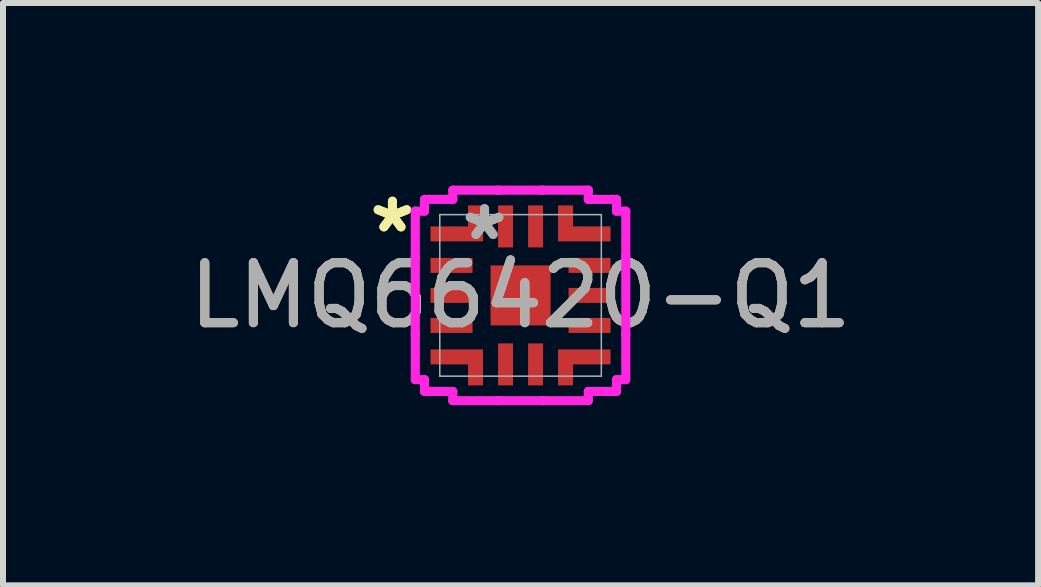
<source format=kicad_pcb>
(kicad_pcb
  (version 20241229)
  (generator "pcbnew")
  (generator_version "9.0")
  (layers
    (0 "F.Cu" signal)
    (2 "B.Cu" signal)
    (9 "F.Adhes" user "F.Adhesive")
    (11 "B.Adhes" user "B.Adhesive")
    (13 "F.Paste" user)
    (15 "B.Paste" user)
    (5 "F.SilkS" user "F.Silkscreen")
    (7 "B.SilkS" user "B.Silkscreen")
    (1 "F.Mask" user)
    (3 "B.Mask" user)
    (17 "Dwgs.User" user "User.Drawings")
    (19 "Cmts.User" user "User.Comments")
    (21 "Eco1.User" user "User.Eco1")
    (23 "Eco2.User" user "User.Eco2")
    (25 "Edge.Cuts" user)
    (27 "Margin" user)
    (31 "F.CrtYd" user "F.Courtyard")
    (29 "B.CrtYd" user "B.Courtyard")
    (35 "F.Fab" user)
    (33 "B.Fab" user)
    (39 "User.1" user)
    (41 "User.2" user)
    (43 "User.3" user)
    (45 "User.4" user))
  (footprint "LMQ66420-Q1"
    (layer "F.Cu")
    (at 5.625 1.873)
    (property "Reference" "LMQ66420-Q1" (at 0 0 0) (unlocked yes) (layer "F.SilkS") (effects (font (size 1 1) (thickness 0.15))))
    (attr smd)
    (fp_poly (pts (xy -1.5 -0.9) (xy -1.5 -1.15) (xy -0.875 -1.15) (xy -0.875 -1.5) (xy -0.625 -1.5) (xy -0.625 -0.9)) (stroke (width 0) (type solid)) (fill yes) (layer "F.Cu"))
    (fp_poly (pts (xy -1.5 0.9) (xy -1.5 1.15) (xy -0.875 1.15) (xy -0.875 1.5) (xy -0.625 1.5) (xy -0.625 0.9)) (stroke (width 0) (type solid)) (fill yes) (layer "F.Cu"))
    (fp_poly (pts (xy 1.5 -0.9) (xy 1.5 -1.15) (xy 0.875 -1.15) (xy 0.875 -1.5) (xy 0.625 -1.5) (xy 0.625 -0.9)) (stroke (width 0) (type solid)) (fill yes) (layer "F.Cu"))
    (fp_poly (pts (xy 1.5 0.9) (xy 1.5 1.15) (xy 0.875 1.15) (xy 0.875 1.5) (xy 0.625 1.5) (xy 0.625 0.9)) (stroke (width 0) (type solid)) (fill yes) (layer "F.Cu"))
    (fp_line (start -1.754 -1.404) (end -1.754 -0.646) (stroke (width 0.152) (type solid)) (layer "F.CrtYd"))
    (fp_line (start -1.754 -0.646) (end -1.754 -0.646) (stroke (width 0.152) (type solid)) (layer "F.CrtYd"))
    (fp_line (start -1.754 -0.646) (end -1.754 0.646) (stroke (width 0.152) (type solid)) (layer "F.CrtYd"))
    (fp_line (start -1.754 0.646) (end -1.754 0.646) (stroke (width 0.152) (type solid)) (layer "F.CrtYd"))
    (fp_line (start -1.754 0.646) (end -1.754 1.404) (stroke (width 0.152) (type solid)) (layer "F.CrtYd"))
    (fp_line (start -1.754 1.404) (end -1.6 1.404) (stroke (width 0.152) (type solid)) (layer "F.CrtYd"))
    (fp_line (start -1.6 -1.6) (end -1.6 -1.404) (stroke (width 0.152) (type solid)) (layer "F.CrtYd"))
    (fp_line (start -1.6 -1.404) (end -1.754 -1.404) (stroke (width 0.152) (type solid)) (layer "F.CrtYd"))
    (fp_line (start -1.6 1.404) (end -1.6 1.6) (stroke (width 0.152) (type solid)) (layer "F.CrtYd"))
    (fp_line (start -1.6 1.6) (end -1.129 1.6) (stroke (width 0.152) (type solid)) (layer "F.CrtYd"))
    (fp_line (start -1.129 -1.754) (end -1.129 -1.6) (stroke (width 0.152) (type solid)) (layer "F.CrtYd"))
    (fp_line (start -1.129 -1.6) (end -1.6 -1.6) (stroke (width 0.152) (type solid)) (layer "F.CrtYd"))
    (fp_line (start -1.129 1.6) (end -1.129 1.754) (stroke (width 0.152) (type solid)) (layer "F.CrtYd"))
    (fp_line (start -1.129 1.754) (end -0.371 1.754) (stroke (width 0.152) (type solid)) (layer "F.CrtYd"))
    (fp_line (start -0.371 -1.754) (end -1.129 -1.754) (stroke (width 0.152) (type solid)) (layer "F.CrtYd"))
    (fp_line (start -0.371 -1.754) (end -0.371 -1.754) (stroke (width 0.152) (type solid)) (layer "F.CrtYd"))
    (fp_line (start -0.371 1.754) (end -0.371 1.754) (stroke (width 0.152) (type solid)) (layer "F.CrtYd"))
    (fp_line (start -0.371 1.754) (end 0.371 1.754) (stroke (width 0.152) (type solid)) (layer "F.CrtYd"))
    (fp_line (start 0.371 -1.754) (end -0.371 -1.754) (stroke (width 0.152) (type solid)) (layer "F.CrtYd"))
    (fp_line (start 0.371 -1.754) (end 0.371 -1.754) (stroke (width 0.152) (type solid)) (layer "F.CrtYd"))
    (fp_line (start 0.371 1.754) (end 0.371 1.754) (stroke (width 0.152) (type solid)) (layer "F.CrtYd"))
    (fp_line (start 0.371 1.754) (end 1.129 1.754) (stroke (width 0.152) (type solid)) (layer "F.CrtYd"))
    (fp_line (start 1.129 -1.754) (end 0.371 -1.754) (stroke (width 0.152) (type solid)) (layer "F.CrtYd"))
    (fp_line (start 1.129 -1.6) (end 1.129 -1.754) (stroke (width 0.152) (type solid)) (layer "F.CrtYd"))
    (fp_line (start 1.129 1.6) (end 1.6 1.6) (stroke (width 0.152) (type solid)) (layer "F.CrtYd"))
    (fp_line (start 1.129 1.754) (end 1.129 1.6) (stroke (width 0.152) (type solid)) (layer "F.CrtYd"))
    (fp_line (start 1.6 -1.6) (end 1.129 -1.6) (stroke (width 0.152) (type solid)) (layer "F.CrtYd"))
    (fp_line (start 1.6 -1.404) (end 1.6 -1.6) (stroke (width 0.152) (type solid)) (layer "F.CrtYd"))
    (fp_line (start 1.6 1.404) (end 1.754 1.404) (stroke (width 0.152) (type solid)) (layer "F.CrtYd"))
    (fp_line (start 1.6 1.6) (end 1.6 1.404) (stroke (width 0.152) (type solid)) (layer "F.CrtYd"))
    (fp_line (start 1.754 -1.404) (end 1.6 -1.404) (stroke (width 0.152) (type solid)) (layer "F.CrtYd"))
    (fp_line (start 1.754 -0.646) (end 1.754 -1.404) (stroke (width 0.152) (type solid)) (layer "F.CrtYd"))
    (fp_line (start 1.754 -0.646) (end 1.754 -0.646) (stroke (width 0.152) (type solid)) (layer "F.CrtYd"))
    (fp_line (start 1.754 0.646) (end 1.754 -0.646) (stroke (width 0.152) (type solid)) (layer "F.CrtYd"))
    (fp_line (start 1.754 0.646) (end 1.754 0.646) (stroke (width 0.152) (type solid)) (layer "F.CrtYd"))
    (fp_line (start 1.754 1.404) (end 1.754 0.646) (stroke (width 0.152) (type solid)) (layer "F.CrtYd"))
    (fp_line (start -1.346 -1.346) (end -1.346 1.346) (stroke (width 0.025) (type solid)) (layer "F.Fab"))
    (fp_line (start -1.346 1.346) (end 1.346 1.346) (stroke (width 0.025) (type solid)) (layer "F.Fab"))
    (fp_line (start 1.346 -1.346) (end -1.346 -1.346) (stroke (width 0.025) (type solid)) (layer "F.Fab"))
    (fp_line (start 1.346 1.346) (end 1.346 -1.346) (stroke (width 0.025) (type solid)) (layer "F.Fab"))
    (fp_text user "*" (at -2.135 -1.025 0) (layer "F.SilkS") (effects (font (size 1 1) (thickness 0.15))))
    (fp_text user "*" (at -2.135 -1.025 0) (unlocked yes) (layer "F.SilkS") (effects (font (size 1 1) (thickness 0.15))))
    (fp_text user "*" (at -0.6 -0.9 0) (layer "F.Fab") (effects (font (size 1 1) (thickness 0.15))))
    (fp_text user "*" (at -0.6 -0.9 0) (unlocked yes) (layer "F.Fab") (effects (font (size 1 1) (thickness 0.15))))
    (fp_text user "${REFERENCE}" (at 0 0 0) (unlocked yes) (layer "F.Fab") (effects (font (size 1 1) (thickness 0.15))))
    (pad "1" smd rect (at -0.75 -1.025) (size 0.127 0.127) (layers "F.Cu" "F.Mask" "F.Paste"))
    (pad "2" smd rect (at -1.15 -0.5) (size 0.7 0.25) (layers "F.Cu" "F.Mask" "F.Paste"))
    (pad "3" smd rect (at -1.15 0) (size 0.7 0.25) (layers "F.Cu" "F.Mask" "F.Paste"))
    (pad "4" smd rect (at -1.15 0.5) (size 0.7 0.25) (layers "F.Cu" "F.Mask" "F.Paste"))
    (pad "5" smd rect (at -0.75 1.025) (size 0.127 0.127) (layers "F.Cu" "F.Mask" "F.Paste"))
    (pad "6" smd rect (at -0.25 1.15 90) (size 0.7 0.25) (layers "F.Cu" "F.Mask" "F.Paste"))
    (pad "7" smd rect (at 0.25 1.15 90) (size 0.7 0.25) (layers "F.Cu" "F.Mask" "F.Paste"))
    (pad "8" smd rect (at 0.75 1.025) (size 0.127 0.127) (layers "F.Cu" "F.Mask" "F.Paste"))
    (pad "9" smd rect (at 1.15 0.5) (size 0.7 0.25) (layers "F.Cu" "F.Mask" "F.Paste"))
    (pad "10" smd rect (at 1.15 0) (size 0.7 0.25) (layers "F.Cu" "F.Mask" "F.Paste"))
    (pad "11" smd rect (at 1.15 -0.5) (size 0.7 0.25) (layers "F.Cu" "F.Mask" "F.Paste"))
    (pad "12" smd rect (at 0.75 -1.025) (size 0.127 0.127) (layers "F.Cu" "F.Mask" "F.Paste"))
    (pad "13" smd rect (at 0.25 -1.15 90) (size 0.7 0.25) (layers "F.Cu" "F.Mask" "F.Paste"))
    (pad "14" smd rect (at -0.25 -1.15 90) (size 0.7 0.25) (layers "F.Cu" "F.Mask" "F.Paste"))
    (pad "15" smd rect (at 0 0 90) (size 1 1) (layers "F.Cu" "F.Mask" "F.Paste")))
  (gr_rect
    (start -3 -3)
    (end 14.25 6.704)
    (stroke (width 0.1) (type default))
    (fill no)
    (layer "Edge.Cuts")))
</source>
